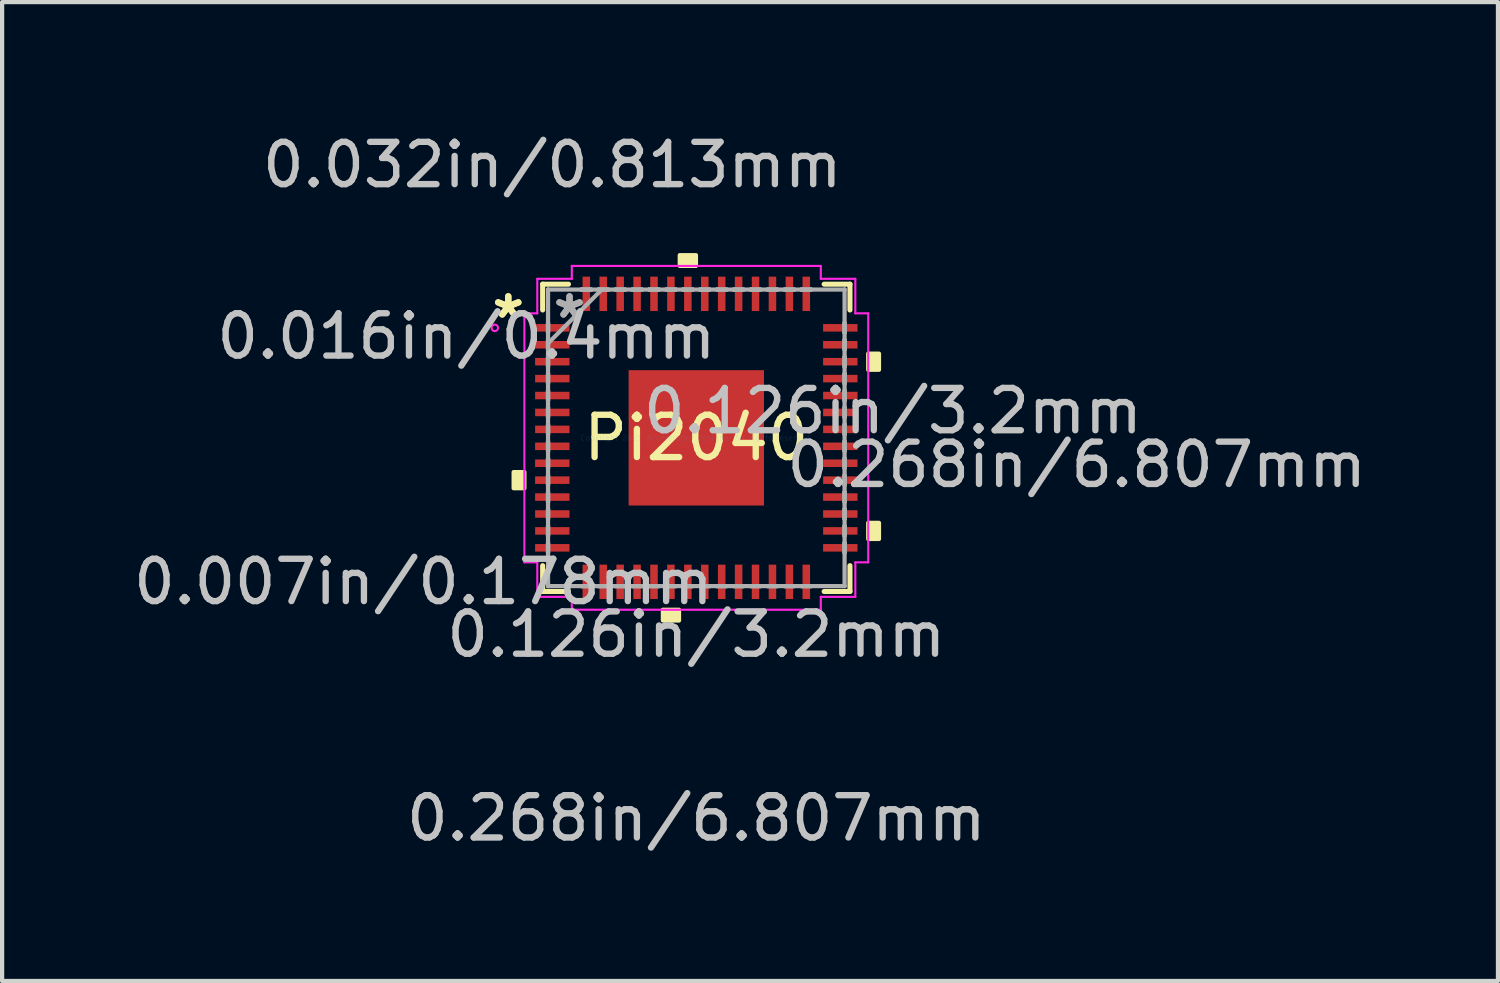
<source format=kicad_pcb>
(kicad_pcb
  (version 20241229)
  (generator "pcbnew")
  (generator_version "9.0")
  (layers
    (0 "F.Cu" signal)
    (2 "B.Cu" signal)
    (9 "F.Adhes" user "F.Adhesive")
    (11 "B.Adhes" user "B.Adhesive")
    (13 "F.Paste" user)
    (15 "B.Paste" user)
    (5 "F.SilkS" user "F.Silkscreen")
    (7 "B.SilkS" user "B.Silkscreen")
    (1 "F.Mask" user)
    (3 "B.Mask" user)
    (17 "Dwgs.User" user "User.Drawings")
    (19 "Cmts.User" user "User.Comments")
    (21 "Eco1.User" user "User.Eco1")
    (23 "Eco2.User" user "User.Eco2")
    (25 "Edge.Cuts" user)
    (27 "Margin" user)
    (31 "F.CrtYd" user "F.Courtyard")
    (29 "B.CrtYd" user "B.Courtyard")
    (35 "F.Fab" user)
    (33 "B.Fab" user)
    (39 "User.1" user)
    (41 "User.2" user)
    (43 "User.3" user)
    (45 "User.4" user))
  (footprint "Pi2040"
    (layer "F.Cu")
    (at 13.41 7.3)
    (property "Reference" "Pi2040" (at 0 0 0) (layer "F.SilkS") (effects (font (size 1 1) (thickness 0.15))))
    (attr through_hole)
    (fp_line (start -3.632 -3.632) (end -3.632 -3.022) (stroke (width 0.12) (type solid)) (layer "F.SilkS"))
    (fp_line (start -3.632 3.022) (end -3.632 3.632) (stroke (width 0.12) (type solid)) (layer "F.SilkS"))
    (fp_line (start -3.632 3.632) (end -3.022 3.632) (stroke (width 0.12) (type solid)) (layer "F.SilkS"))
    (fp_line (start -3.022 -3.632) (end -3.632 -3.632) (stroke (width 0.12) (type solid)) (layer "F.SilkS"))
    (fp_line (start 3.022 3.632) (end 3.632 3.632) (stroke (width 0.12) (type solid)) (layer "F.SilkS"))
    (fp_line (start 3.632 -3.632) (end 3.022 -3.632) (stroke (width 0.12) (type solid)) (layer "F.SilkS"))
    (fp_line (start 3.632 -3.022) (end 3.632 -3.632) (stroke (width 0.12) (type solid)) (layer "F.SilkS"))
    (fp_line (start 3.632 3.632) (end 3.632 3.022) (stroke (width 0.12) (type solid)) (layer "F.SilkS"))
    (fp_poly (pts (xy -4.318 0.81) (xy -4.318 1.191) (xy -4.064 1.191) (xy -4.064 0.81)) (stroke (width 0.1) (type solid)) (fill yes) (layer "F.SilkS"))
    (fp_poly (pts (xy -0.79 4.064) (xy -0.79 4.318) (xy -0.409 4.318) (xy -0.409 4.064)) (stroke (width 0.1) (type solid)) (fill yes) (layer "F.SilkS"))
    (fp_poly (pts (xy -0.391 -4.064) (xy -0.391 -4.318) (xy -0.009 -4.318) (xy -0.009 -4.064)) (stroke (width 0.1) (type solid)) (fill yes) (layer "F.SilkS"))
    (fp_poly (pts (xy 4.318 -1.99) (xy 4.318 -1.609) (xy 4.064 -1.609) (xy 4.064 -1.99)) (stroke (width 0.1) (type solid)) (fill yes) (layer "F.SilkS"))
    (fp_poly (pts (xy 4.318 2.01) (xy 4.318 2.391) (xy 4.064 2.391) (xy 4.064 2.01)) (stroke (width 0.1) (type solid)) (fill yes) (layer "F.SilkS"))
    (fp_poly (pts (xy -1.5 -1.5) (xy -1.5 -0.1) (xy -0.1 -0.1) (xy -0.1 -1.5)) (stroke (width 0.1) (type solid)) (fill yes) (layer "F.Paste"))
    (fp_poly (pts (xy -1.5 0.1) (xy -1.5 1.5) (xy -0.1 1.5) (xy -0.1 0.1)) (stroke (width 0.1) (type solid)) (fill yes) (layer "F.Paste"))
    (fp_poly (pts (xy 0.1 -1.5) (xy 0.1 -0.1) (xy 1.5 -0.1) (xy 1.5 -1.5)) (stroke (width 0.1) (type solid)) (fill yes) (layer "F.Paste"))
    (fp_poly (pts (xy 0.1 0.1) (xy 0.1 1.5) (xy 1.5 1.5) (xy 1.5 0.1)) (stroke (width 0.1) (type solid)) (fill yes) (layer "F.Paste"))
    (fp_line (start -4.064 -2.943) (end -3.759 -2.943) (stroke (width 0.05) (type solid)) (layer "F.CrtYd"))
    (fp_line (start -4.064 2.943) (end -4.064 -2.943) (stroke (width 0.05) (type solid)) (layer "F.CrtYd"))
    (fp_line (start -3.759 -3.759) (end -2.943 -3.759) (stroke (width 0.05) (type solid)) (layer "F.CrtYd"))
    (fp_line (start -3.759 -2.943) (end -3.759 -3.759) (stroke (width 0.05) (type solid)) (layer "F.CrtYd"))
    (fp_line (start -3.759 2.943) (end -4.064 2.943) (stroke (width 0.05) (type solid)) (layer "F.CrtYd"))
    (fp_line (start -3.759 3.759) (end -3.759 2.943) (stroke (width 0.05) (type solid)) (layer "F.CrtYd"))
    (fp_line (start -2.943 -4.064) (end 2.943 -4.064) (stroke (width 0.05) (type solid)) (layer "F.CrtYd"))
    (fp_line (start -2.943 -3.759) (end -2.943 -4.064) (stroke (width 0.05) (type solid)) (layer "F.CrtYd"))
    (fp_line (start -2.943 3.759) (end -3.759 3.759) (stroke (width 0.05) (type solid)) (layer "F.CrtYd"))
    (fp_line (start -2.943 4.064) (end -2.943 3.759) (stroke (width 0.05) (type solid)) (layer "F.CrtYd"))
    (fp_line (start 2.943 -4.064) (end 2.943 -3.759) (stroke (width 0.05) (type solid)) (layer "F.CrtYd"))
    (fp_line (start 2.943 -3.759) (end 3.759 -3.759) (stroke (width 0.05) (type solid)) (layer "F.CrtYd"))
    (fp_line (start 2.943 3.759) (end 2.943 4.064) (stroke (width 0.05) (type solid)) (layer "F.CrtYd"))
    (fp_line (start 2.943 4.064) (end -2.943 4.064) (stroke (width 0.05) (type solid)) (layer "F.CrtYd"))
    (fp_line (start 3.759 -3.759) (end 3.759 -2.943) (stroke (width 0.05) (type solid)) (layer "F.CrtYd"))
    (fp_line (start 3.759 -2.943) (end 4.064 -2.943) (stroke (width 0.05) (type solid)) (layer "F.CrtYd"))
    (fp_line (start 3.759 2.943) (end 3.759 3.759) (stroke (width 0.05) (type solid)) (layer "F.CrtYd"))
    (fp_line (start 3.759 3.759) (end 2.943 3.759) (stroke (width 0.05) (type solid)) (layer "F.CrtYd"))
    (fp_line (start 4.064 -2.943) (end 4.064 2.943) (stroke (width 0.05) (type solid)) (layer "F.CrtYd"))
    (fp_line (start 4.064 2.943) (end 3.759 2.943) (stroke (width 0.05) (type solid)) (layer "F.CrtYd"))
    (fp_circle (center -4.763 -2.6) (end -4.686 -2.6) (stroke (width 0.05) (type solid)) (fill no) (layer "F.CrtYd"))
    (fp_line (start -3.505 -3.505) (end -3.505 -3.505) (stroke (width 0.1) (type solid)) (layer "F.Fab"))
    (fp_line (start -3.505 -3.505) (end -3.505 3.505) (stroke (width 0.1) (type solid)) (layer "F.Fab"))
    (fp_line (start -3.505 -2.714) (end -3.505 -2.714) (stroke (width 0.1) (type solid)) (layer "F.Fab"))
    (fp_line (start -3.505 -2.714) (end -3.505 -2.486) (stroke (width 0.1) (type solid)) (layer "F.Fab"))
    (fp_line (start -3.505 -2.486) (end -3.505 -2.714) (stroke (width 0.1) (type solid)) (layer "F.Fab"))
    (fp_line (start -3.505 -2.486) (end -3.505 -2.486) (stroke (width 0.1) (type solid)) (layer "F.Fab"))
    (fp_line (start -3.505 -2.314) (end -3.505 -2.314) (stroke (width 0.1) (type solid)) (layer "F.Fab"))
    (fp_line (start -3.505 -2.314) (end -3.505 -2.086) (stroke (width 0.1) (type solid)) (layer "F.Fab"))
    (fp_line (start -3.505 -2.235) (end -2.235 -3.505) (stroke (width 0.1) (type solid)) (layer "F.Fab"))
    (fp_line (start -3.505 -2.086) (end -3.505 -2.314) (stroke (width 0.1) (type solid)) (layer "F.Fab"))
    (fp_line (start -3.505 -2.086) (end -3.505 -2.086) (stroke (width 0.1) (type solid)) (layer "F.Fab"))
    (fp_line (start -3.505 -1.914) (end -3.505 -1.914) (stroke (width 0.1) (type solid)) (layer "F.Fab"))
    (fp_line (start -3.505 -1.914) (end -3.505 -1.686) (stroke (width 0.1) (type solid)) (layer "F.Fab"))
    (fp_line (start -3.505 -1.686) (end -3.505 -1.914) (stroke (width 0.1) (type solid)) (layer "F.Fab"))
    (fp_line (start -3.505 -1.686) (end -3.505 -1.686) (stroke (width 0.1) (type solid)) (layer "F.Fab"))
    (fp_line (start -3.505 -1.514) (end -3.505 -1.514) (stroke (width 0.1) (type solid)) (layer "F.Fab"))
    (fp_line (start -3.505 -1.514) (end -3.505 -1.286) (stroke (width 0.1) (type solid)) (layer "F.Fab"))
    (fp_line (start -3.505 -1.286) (end -3.505 -1.514) (stroke (width 0.1) (type solid)) (layer "F.Fab"))
    (fp_line (start -3.505 -1.286) (end -3.505 -1.286) (stroke (width 0.1) (type solid)) (layer "F.Fab"))
    (fp_line (start -3.505 -1.114) (end -3.505 -1.114) (stroke (width 0.1) (type solid)) (layer "F.Fab"))
    (fp_line (start -3.505 -1.114) (end -3.505 -0.886) (stroke (width 0.1) (type solid)) (layer "F.Fab"))
    (fp_line (start -3.505 -0.886) (end -3.505 -1.114) (stroke (width 0.1) (type solid)) (layer "F.Fab"))
    (fp_line (start -3.505 -0.886) (end -3.505 -0.886) (stroke (width 0.1) (type solid)) (layer "F.Fab"))
    (fp_line (start -3.505 -0.714) (end -3.505 -0.714) (stroke (width 0.1) (type solid)) (layer "F.Fab"))
    (fp_line (start -3.505 -0.714) (end -3.505 -0.486) (stroke (width 0.1) (type solid)) (layer "F.Fab"))
    (fp_line (start -3.505 -0.486) (end -3.505 -0.714) (stroke (width 0.1) (type solid)) (layer "F.Fab"))
    (fp_line (start -3.505 -0.486) (end -3.505 -0.486) (stroke (width 0.1) (type solid)) (layer "F.Fab"))
    (fp_line (start -3.505 -0.314) (end -3.505 -0.314) (stroke (width 0.1) (type solid)) (layer "F.Fab"))
    (fp_line (start -3.505 -0.314) (end -3.505 -0.086) (stroke (width 0.1) (type solid)) (layer "F.Fab"))
    (fp_line (start -3.505 -0.086) (end -3.505 -0.314) (stroke (width 0.1) (type solid)) (layer "F.Fab"))
    (fp_line (start -3.505 -0.086) (end -3.505 -0.086) (stroke (width 0.1) (type solid)) (layer "F.Fab"))
    (fp_line (start -3.505 0.086) (end -3.505 0.086) (stroke (width 0.1) (type solid)) (layer "F.Fab"))
    (fp_line (start -3.505 0.086) (end -3.505 0.314) (stroke (width 0.1) (type solid)) (layer "F.Fab"))
    (fp_line (start -3.505 0.314) (end -3.505 0.086) (stroke (width 0.1) (type solid)) (layer "F.Fab"))
    (fp_line (start -3.505 0.314) (end -3.505 0.314) (stroke (width 0.1) (type solid)) (layer "F.Fab"))
    (fp_line (start -3.505 0.486) (end -3.505 0.486) (stroke (width 0.1) (type solid)) (layer "F.Fab"))
    (fp_line (start -3.505 0.486) (end -3.505 0.714) (stroke (width 0.1) (type solid)) (layer "F.Fab"))
    (fp_line (start -3.505 0.714) (end -3.505 0.486) (stroke (width 0.1) (type solid)) (layer "F.Fab"))
    (fp_line (start -3.505 0.714) (end -3.505 0.714) (stroke (width 0.1) (type solid)) (layer "F.Fab"))
    (fp_line (start -3.505 0.886) (end -3.505 0.886) (stroke (width 0.1) (type solid)) (layer "F.Fab"))
    (fp_line (start -3.505 0.886) (end -3.505 1.114) (stroke (width 0.1) (type solid)) (layer "F.Fab"))
    (fp_line (start -3.505 1.114) (end -3.505 0.886) (stroke (width 0.1) (type solid)) (layer "F.Fab"))
    (fp_line (start -3.505 1.114) (end -3.505 1.114) (stroke (width 0.1) (type solid)) (layer "F.Fab"))
    (fp_line (start -3.505 1.286) (end -3.505 1.286) (stroke (width 0.1) (type solid)) (layer "F.Fab"))
    (fp_line (start -3.505 1.286) (end -3.505 1.514) (stroke (width 0.1) (type solid)) (layer "F.Fab"))
    (fp_line (start -3.505 1.514) (end -3.505 1.286) (stroke (width 0.1) (type solid)) (layer "F.Fab"))
    (fp_line (start -3.505 1.514) (end -3.505 1.514) (stroke (width 0.1) (type solid)) (layer "F.Fab"))
    (fp_line (start -3.505 1.686) (end -3.505 1.686) (stroke (width 0.1) (type solid)) (layer "F.Fab"))
    (fp_line (start -3.505 1.686) (end -3.505 1.914) (stroke (width 0.1) (type solid)) (layer "F.Fab"))
    (fp_line (start -3.505 1.914) (end -3.505 1.686) (stroke (width 0.1) (type solid)) (layer "F.Fab"))
    (fp_line (start -3.505 1.914) (end -3.505 1.914) (stroke (width 0.1) (type solid)) (layer "F.Fab"))
    (fp_line (start -3.505 2.086) (end -3.505 2.086) (stroke (width 0.1) (type solid)) (layer "F.Fab"))
    (fp_line (start -3.505 2.086) (end -3.505 2.314) (stroke (width 0.1) (type solid)) (layer "F.Fab"))
    (fp_line (start -3.505 2.314) (end -3.505 2.086) (stroke (width 0.1) (type solid)) (layer "F.Fab"))
    (fp_line (start -3.505 2.314) (end -3.505 2.314) (stroke (width 0.1) (type solid)) (layer "F.Fab"))
    (fp_line (start -3.505 2.486) (end -3.505 2.486) (stroke (width 0.1) (type solid)) (layer "F.Fab"))
    (fp_line (start -3.505 2.486) (end -3.505 2.714) (stroke (width 0.1) (type solid)) (layer "F.Fab"))
    (fp_line (start -3.505 2.714) (end -3.505 2.486) (stroke (width 0.1) (type solid)) (layer "F.Fab"))
    (fp_line (start -3.505 2.714) (end -3.505 2.714) (stroke (width 0.1) (type solid)) (layer "F.Fab"))
    (fp_line (start -3.505 3.505) (end -3.505 3.505) (stroke (width 0.1) (type solid)) (layer "F.Fab"))
    (fp_line (start -3.505 3.505) (end 3.505 3.505) (stroke (width 0.1) (type solid)) (layer "F.Fab"))
    (fp_line (start -2.714 -3.505) (end -2.714 -3.505) (stroke (width 0.1) (type solid)) (layer "F.Fab"))
    (fp_line (start -2.714 -3.505) (end -2.486 -3.505) (stroke (width 0.1) (type solid)) (layer "F.Fab"))
    (fp_line (start -2.714 3.505) (end -2.714 3.505) (stroke (width 0.1) (type solid)) (layer "F.Fab"))
    (fp_line (start -2.714 3.505) (end -2.486 3.505) (stroke (width 0.1) (type solid)) (layer "F.Fab"))
    (fp_line (start -2.486 -3.505) (end -2.714 -3.505) (stroke (width 0.1) (type solid)) (layer "F.Fab"))
    (fp_line (start -2.486 -3.505) (end -2.486 -3.505) (stroke (width 0.1) (type solid)) (layer "F.Fab"))
    (fp_line (start -2.486 3.505) (end -2.714 3.505) (stroke (width 0.1) (type solid)) (layer "F.Fab"))
    (fp_line (start -2.486 3.505) (end -2.486 3.505) (stroke (width 0.1) (type solid)) (layer "F.Fab"))
    (fp_line (start -2.314 -3.505) (end -2.314 -3.505) (stroke (width 0.1) (type solid)) (layer "F.Fab"))
    (fp_line (start -2.314 -3.505) (end -2.086 -3.505) (stroke (width 0.1) (type solid)) (layer "F.Fab"))
    (fp_line (start -2.314 3.505) (end -2.314 3.505) (stroke (width 0.1) (type solid)) (layer "F.Fab"))
    (fp_line (start -2.314 3.505) (end -2.086 3.505) (stroke (width 0.1) (type solid)) (layer "F.Fab"))
    (fp_line (start -2.086 -3.505) (end -2.314 -3.505) (stroke (width 0.1) (type solid)) (layer "F.Fab"))
    (fp_line (start -2.086 -3.505) (end -2.086 -3.505) (stroke (width 0.1) (type solid)) (layer "F.Fab"))
    (fp_line (start -2.086 3.505) (end -2.314 3.505) (stroke (width 0.1) (type solid)) (layer "F.Fab"))
    (fp_line (start -2.086 3.505) (end -2.086 3.505) (stroke (width 0.1) (type solid)) (layer "F.Fab"))
    (fp_line (start -1.914 -3.505) (end -1.914 -3.505) (stroke (width 0.1) (type solid)) (layer "F.Fab"))
    (fp_line (start -1.914 -3.505) (end -1.686 -3.505) (stroke (width 0.1) (type solid)) (layer "F.Fab"))
    (fp_line (start -1.914 3.505) (end -1.914 3.505) (stroke (width 0.1) (type solid)) (layer "F.Fab"))
    (fp_line (start -1.914 3.505) (end -1.686 3.505) (stroke (width 0.1) (type solid)) (layer "F.Fab"))
    (fp_line (start -1.686 -3.505) (end -1.914 -3.505) (stroke (width 0.1) (type solid)) (layer "F.Fab"))
    (fp_line (start -1.686 -3.505) (end -1.686 -3.505) (stroke (width 0.1) (type solid)) (layer "F.Fab"))
    (fp_line (start -1.686 3.505) (end -1.914 3.505) (stroke (width 0.1) (type solid)) (layer "F.Fab"))
    (fp_line (start -1.686 3.505) (end -1.686 3.505) (stroke (width 0.1) (type solid)) (layer "F.Fab"))
    (fp_line (start -1.514 -3.505) (end -1.514 -3.505) (stroke (width 0.1) (type solid)) (layer "F.Fab"))
    (fp_line (start -1.514 -3.505) (end -1.286 -3.505) (stroke (width 0.1) (type solid)) (layer "F.Fab"))
    (fp_line (start -1.514 3.505) (end -1.514 3.505) (stroke (width 0.1) (type solid)) (layer "F.Fab"))
    (fp_line (start -1.514 3.505) (end -1.286 3.505) (stroke (width 0.1) (type solid)) (layer "F.Fab"))
    (fp_line (start -1.286 -3.505) (end -1.514 -3.505) (stroke (width 0.1) (type solid)) (layer "F.Fab"))
    (fp_line (start -1.286 -3.505) (end -1.286 -3.505) (stroke (width 0.1) (type solid)) (layer "F.Fab"))
    (fp_line (start -1.286 3.505) (end -1.514 3.505) (stroke (width 0.1) (type solid)) (layer "F.Fab"))
    (fp_line (start -1.286 3.505) (end -1.286 3.505) (stroke (width 0.1) (type solid)) (layer "F.Fab"))
    (fp_line (start -1.114 -3.505) (end -1.114 -3.505) (stroke (width 0.1) (type solid)) (layer "F.Fab"))
    (fp_line (start -1.114 -3.505) (end -0.886 -3.505) (stroke (width 0.1) (type solid)) (layer "F.Fab"))
    (fp_line (start -1.114 3.505) (end -1.114 3.505) (stroke (width 0.1) (type solid)) (layer "F.Fab"))
    (fp_line (start -1.114 3.505) (end -0.886 3.505) (stroke (width 0.1) (type solid)) (layer "F.Fab"))
    (fp_line (start -0.886 -3.505) (end -1.114 -3.505) (stroke (width 0.1) (type solid)) (layer "F.Fab"))
    (fp_line (start -0.886 -3.505) (end -0.886 -3.505) (stroke (width 0.1) (type solid)) (layer "F.Fab"))
    (fp_line (start -0.886 3.505) (end -1.114 3.505) (stroke (width 0.1) (type solid)) (layer "F.Fab"))
    (fp_line (start -0.886 3.505) (end -0.886 3.505) (stroke (width 0.1) (type solid)) (layer "F.Fab"))
    (fp_line (start -0.714 -3.505) (end -0.714 -3.505) (stroke (width 0.1) (type solid)) (layer "F.Fab"))
    (fp_line (start -0.714 -3.505) (end -0.486 -3.505) (stroke (width 0.1) (type solid)) (layer "F.Fab"))
    (fp_line (start -0.714 3.505) (end -0.714 3.505) (stroke (width 0.1) (type solid)) (layer "F.Fab"))
    (fp_line (start -0.714 3.505) (end -0.486 3.505) (stroke (width 0.1) (type solid)) (layer "F.Fab"))
    (fp_line (start -0.486 -3.505) (end -0.714 -3.505) (stroke (width 0.1) (type solid)) (layer "F.Fab"))
    (fp_line (start -0.486 -3.505) (end -0.486 -3.505) (stroke (width 0.1) (type solid)) (layer "F.Fab"))
    (fp_line (start -0.486 3.505) (end -0.714 3.505) (stroke (width 0.1) (type solid)) (layer "F.Fab"))
    (fp_line (start -0.486 3.505) (end -0.486 3.505) (stroke (width 0.1) (type solid)) (layer "F.Fab"))
    (fp_line (start -0.314 -3.505) (end -0.314 -3.505) (stroke (width 0.1) (type solid)) (layer "F.Fab"))
    (fp_line (start -0.314 -3.505) (end -0.086 -3.505) (stroke (width 0.1) (type solid)) (layer "F.Fab"))
    (fp_line (start -0.314 3.505) (end -0.314 3.505) (stroke (width 0.1) (type solid)) (layer "F.Fab"))
    (fp_line (start -0.314 3.505) (end -0.086 3.505) (stroke (width 0.1) (type solid)) (layer "F.Fab"))
    (fp_line (start -0.086 -3.505) (end -0.314 -3.505) (stroke (width 0.1) (type solid)) (layer "F.Fab"))
    (fp_line (start -0.086 -3.505) (end -0.086 -3.505) (stroke (width 0.1) (type solid)) (layer "F.Fab"))
    (fp_line (start -0.086 3.505) (end -0.314 3.505) (stroke (width 0.1) (type solid)) (layer "F.Fab"))
    (fp_line (start -0.086 3.505) (end -0.086 3.505) (stroke (width 0.1) (type solid)) (layer "F.Fab"))
    (fp_line (start 0.086 -3.505) (end 0.086 -3.505) (stroke (width 0.1) (type solid)) (layer "F.Fab"))
    (fp_line (start 0.086 -3.505) (end 0.314 -3.505) (stroke (width 0.1) (type solid)) (layer "F.Fab"))
    (fp_line (start 0.086 3.505) (end 0.086 3.505) (stroke (width 0.1) (type solid)) (layer "F.Fab"))
    (fp_line (start 0.086 3.505) (end 0.314 3.505) (stroke (width 0.1) (type solid)) (layer "F.Fab"))
    (fp_line (start 0.314 -3.505) (end 0.086 -3.505) (stroke (width 0.1) (type solid)) (layer "F.Fab"))
    (fp_line (start 0.314 -3.505) (end 0.314 -3.505) (stroke (width 0.1) (type solid)) (layer "F.Fab"))
    (fp_line (start 0.314 3.505) (end 0.086 3.505) (stroke (width 0.1) (type solid)) (layer "F.Fab"))
    (fp_line (start 0.314 3.505) (end 0.314 3.505) (stroke (width 0.1) (type solid)) (layer "F.Fab"))
    (fp_line (start 0.486 -3.505) (end 0.486 -3.505) (stroke (width 0.1) (type solid)) (layer "F.Fab"))
    (fp_line (start 0.486 -3.505) (end 0.714 -3.505) (stroke (width 0.1) (type solid)) (layer "F.Fab"))
    (fp_line (start 0.486 3.505) (end 0.486 3.505) (stroke (width 0.1) (type solid)) (layer "F.Fab"))
    (fp_line (start 0.486 3.505) (end 0.714 3.505) (stroke (width 0.1) (type solid)) (layer "F.Fab"))
    (fp_line (start 0.714 -3.505) (end 0.486 -3.505) (stroke (width 0.1) (type solid)) (layer "F.Fab"))
    (fp_line (start 0.714 -3.505) (end 0.714 -3.505) (stroke (width 0.1) (type solid)) (layer "F.Fab"))
    (fp_line (start 0.714 3.505) (end 0.486 3.505) (stroke (width 0.1) (type solid)) (layer "F.Fab"))
    (fp_line (start 0.714 3.505) (end 0.714 3.505) (stroke (width 0.1) (type solid)) (layer "F.Fab"))
    (fp_line (start 0.886 -3.505) (end 0.886 -3.505) (stroke (width 0.1) (type solid)) (layer "F.Fab"))
    (fp_line (start 0.886 -3.505) (end 1.114 -3.505) (stroke (width 0.1) (type solid)) (layer "F.Fab"))
    (fp_line (start 0.886 3.505) (end 0.886 3.505) (stroke (width 0.1) (type solid)) (layer "F.Fab"))
    (fp_line (start 0.886 3.505) (end 1.114 3.505) (stroke (width 0.1) (type solid)) (layer "F.Fab"))
    (fp_line (start 1.114 -3.505) (end 0.886 -3.505) (stroke (width 0.1) (type solid)) (layer "F.Fab"))
    (fp_line (start 1.114 -3.505) (end 1.114 -3.505) (stroke (width 0.1) (type solid)) (layer "F.Fab"))
    (fp_line (start 1.114 3.505) (end 0.886 3.505) (stroke (width 0.1) (type solid)) (layer "F.Fab"))
    (fp_line (start 1.114 3.505) (end 1.114 3.505) (stroke (width 0.1) (type solid)) (layer "F.Fab"))
    (fp_line (start 1.286 -3.505) (end 1.286 -3.505) (stroke (width 0.1) (type solid)) (layer "F.Fab"))
    (fp_line (start 1.286 -3.505) (end 1.514 -3.505) (stroke (width 0.1) (type solid)) (layer "F.Fab"))
    (fp_line (start 1.286 3.505) (end 1.286 3.505) (stroke (width 0.1) (type solid)) (layer "F.Fab"))
    (fp_line (start 1.286 3.505) (end 1.514 3.505) (stroke (width 0.1) (type solid)) (layer "F.Fab"))
    (fp_line (start 1.514 -3.505) (end 1.286 -3.505) (stroke (width 0.1) (type solid)) (layer "F.Fab"))
    (fp_line (start 1.514 -3.505) (end 1.514 -3.505) (stroke (width 0.1) (type solid)) (layer "F.Fab"))
    (fp_line (start 1.514 3.505) (end 1.286 3.505) (stroke (width 0.1) (type solid)) (layer "F.Fab"))
    (fp_line (start 1.514 3.505) (end 1.514 3.505) (stroke (width 0.1) (type solid)) (layer "F.Fab"))
    (fp_line (start 1.686 -3.505) (end 1.686 -3.505) (stroke (width 0.1) (type solid)) (layer "F.Fab"))
    (fp_line (start 1.686 -3.505) (end 1.914 -3.505) (stroke (width 0.1) (type solid)) (layer "F.Fab"))
    (fp_line (start 1.686 3.505) (end 1.686 3.505) (stroke (width 0.1) (type solid)) (layer "F.Fab"))
    (fp_line (start 1.686 3.505) (end 1.914 3.505) (stroke (width 0.1) (type solid)) (layer "F.Fab"))
    (fp_line (start 1.914 -3.505) (end 1.686 -3.505) (stroke (width 0.1) (type solid)) (layer "F.Fab"))
    (fp_line (start 1.914 -3.505) (end 1.914 -3.505) (stroke (width 0.1) (type solid)) (layer "F.Fab"))
    (fp_line (start 1.914 3.505) (end 1.686 3.505) (stroke (width 0.1) (type solid)) (layer "F.Fab"))
    (fp_line (start 1.914 3.505) (end 1.914 3.505) (stroke (width 0.1) (type solid)) (layer "F.Fab"))
    (fp_line (start 2.086 -3.505) (end 2.086 -3.505) (stroke (width 0.1) (type solid)) (layer "F.Fab"))
    (fp_line (start 2.086 -3.505) (end 2.314 -3.505) (stroke (width 0.1) (type solid)) (layer "F.Fab"))
    (fp_line (start 2.086 3.505) (end 2.086 3.505) (stroke (width 0.1) (type solid)) (layer "F.Fab"))
    (fp_line (start 2.086 3.505) (end 2.314 3.505) (stroke (width 0.1) (type solid)) (layer "F.Fab"))
    (fp_line (start 2.314 -3.505) (end 2.086 -3.505) (stroke (width 0.1) (type solid)) (layer "F.Fab"))
    (fp_line (start 2.314 -3.505) (end 2.314 -3.505) (stroke (width 0.1) (type solid)) (layer "F.Fab"))
    (fp_line (start 2.314 3.505) (end 2.086 3.505) (stroke (width 0.1) (type solid)) (layer "F.Fab"))
    (fp_line (start 2.314 3.505) (end 2.314 3.505) (stroke (width 0.1) (type solid)) (layer "F.Fab"))
    (fp_line (start 2.486 -3.505) (end 2.486 -3.505) (stroke (width 0.1) (type solid)) (layer "F.Fab"))
    (fp_line (start 2.486 -3.505) (end 2.714 -3.505) (stroke (width 0.1) (type solid)) (layer "F.Fab"))
    (fp_line (start 2.486 3.505) (end 2.486 3.505) (stroke (width 0.1) (type solid)) (layer "F.Fab"))
    (fp_line (start 2.486 3.505) (end 2.714 3.505) (stroke (width 0.1) (type solid)) (layer "F.Fab"))
    (fp_line (start 2.714 -3.505) (end 2.486 -3.505) (stroke (width 0.1) (type solid)) (layer "F.Fab"))
    (fp_line (start 2.714 -3.505) (end 2.714 -3.505) (stroke (width 0.1) (type solid)) (layer "F.Fab"))
    (fp_line (start 2.714 3.505) (end 2.486 3.505) (stroke (width 0.1) (type solid)) (layer "F.Fab"))
    (fp_line (start 2.714 3.505) (end 2.714 3.505) (stroke (width 0.1) (type solid)) (layer "F.Fab"))
    (fp_line (start 3.505 -3.505) (end -3.505 -3.505) (stroke (width 0.1) (type solid)) (layer "F.Fab"))
    (fp_line (start 3.505 -3.505) (end 3.505 -3.505) (stroke (width 0.1) (type solid)) (layer "F.Fab"))
    (fp_line (start 3.505 -2.714) (end 3.505 -2.714) (stroke (width 0.1) (type solid)) (layer "F.Fab"))
    (fp_line (start 3.505 -2.714) (end 3.505 -2.486) (stroke (width 0.1) (type solid)) (layer "F.Fab"))
    (fp_line (start 3.505 -2.486) (end 3.505 -2.714) (stroke (width 0.1) (type solid)) (layer "F.Fab"))
    (fp_line (start 3.505 -2.486) (end 3.505 -2.486) (stroke (width 0.1) (type solid)) (layer "F.Fab"))
    (fp_line (start 3.505 -2.314) (end 3.505 -2.314) (stroke (width 0.1) (type solid)) (layer "F.Fab"))
    (fp_line (start 3.505 -2.314) (end 3.505 -2.086) (stroke (width 0.1) (type solid)) (layer "F.Fab"))
    (fp_line (start 3.505 -2.086) (end 3.505 -2.314) (stroke (width 0.1) (type solid)) (layer "F.Fab"))
    (fp_line (start 3.505 -2.086) (end 3.505 -2.086) (stroke (width 0.1) (type solid)) (layer "F.Fab"))
    (fp_line (start 3.505 -1.914) (end 3.505 -1.914) (stroke (width 0.1) (type solid)) (layer "F.Fab"))
    (fp_line (start 3.505 -1.914) (end 3.505 -1.686) (stroke (width 0.1) (type solid)) (layer "F.Fab"))
    (fp_line (start 3.505 -1.686) (end 3.505 -1.914) (stroke (width 0.1) (type solid)) (layer "F.Fab"))
    (fp_line (start 3.505 -1.686) (end 3.505 -1.686) (stroke (width 0.1) (type solid)) (layer "F.Fab"))
    (fp_line (start 3.505 -1.514) (end 3.505 -1.514) (stroke (width 0.1) (type solid)) (layer "F.Fab"))
    (fp_line (start 3.505 -1.514) (end 3.505 -1.286) (stroke (width 0.1) (type solid)) (layer "F.Fab"))
    (fp_line (start 3.505 -1.286) (end 3.505 -1.514) (stroke (width 0.1) (type solid)) (layer "F.Fab"))
    (fp_line (start 3.505 -1.286) (end 3.505 -1.286) (stroke (width 0.1) (type solid)) (layer "F.Fab"))
    (fp_line (start 3.505 -1.114) (end 3.505 -1.114) (stroke (width 0.1) (type solid)) (layer "F.Fab"))
    (fp_line (start 3.505 -1.114) (end 3.505 -0.886) (stroke (width 0.1) (type solid)) (layer "F.Fab"))
    (fp_line (start 3.505 -0.886) (end 3.505 -1.114) (stroke (width 0.1) (type solid)) (layer "F.Fab"))
    (fp_line (start 3.505 -0.886) (end 3.505 -0.886) (stroke (width 0.1) (type solid)) (layer "F.Fab"))
    (fp_line (start 3.505 -0.714) (end 3.505 -0.714) (stroke (width 0.1) (type solid)) (layer "F.Fab"))
    (fp_line (start 3.505 -0.714) (end 3.505 -0.486) (stroke (width 0.1) (type solid)) (layer "F.Fab"))
    (fp_line (start 3.505 -0.486) (end 3.505 -0.714) (stroke (width 0.1) (type solid)) (layer "F.Fab"))
    (fp_line (start 3.505 -0.486) (end 3.505 -0.486) (stroke (width 0.1) (type solid)) (layer "F.Fab"))
    (fp_line (start 3.505 -0.314) (end 3.505 -0.314) (stroke (width 0.1) (type solid)) (layer "F.Fab"))
    (fp_line (start 3.505 -0.314) (end 3.505 -0.086) (stroke (width 0.1) (type solid)) (layer "F.Fab"))
    (fp_line (start 3.505 -0.086) (end 3.505 -0.314) (stroke (width 0.1) (type solid)) (layer "F.Fab"))
    (fp_line (start 3.505 -0.086) (end 3.505 -0.086) (stroke (width 0.1) (type solid)) (layer "F.Fab"))
    (fp_line (start 3.505 0.086) (end 3.505 0.086) (stroke (width 0.1) (type solid)) (layer "F.Fab"))
    (fp_line (start 3.505 0.086) (end 3.505 0.314) (stroke (width 0.1) (type solid)) (layer "F.Fab"))
    (fp_line (start 3.505 0.314) (end 3.505 0.086) (stroke (width 0.1) (type solid)) (layer "F.Fab"))
    (fp_line (start 3.505 0.314) (end 3.505 0.314) (stroke (width 0.1) (type solid)) (layer "F.Fab"))
    (fp_line (start 3.505 0.486) (end 3.505 0.486) (stroke (width 0.1) (type solid)) (layer "F.Fab"))
    (fp_line (start 3.505 0.486) (end 3.505 0.714) (stroke (width 0.1) (type solid)) (layer "F.Fab"))
    (fp_line (start 3.505 0.714) (end 3.505 0.486) (stroke (width 0.1) (type solid)) (layer "F.Fab"))
    (fp_line (start 3.505 0.714) (end 3.505 0.714) (stroke (width 0.1) (type solid)) (layer "F.Fab"))
    (fp_line (start 3.505 0.886) (end 3.505 0.886) (stroke (width 0.1) (type solid)) (layer "F.Fab"))
    (fp_line (start 3.505 0.886) (end 3.505 1.114) (stroke (width 0.1) (type solid)) (layer "F.Fab"))
    (fp_line (start 3.505 1.114) (end 3.505 0.886) (stroke (width 0.1) (type solid)) (layer "F.Fab"))
    (fp_line (start 3.505 1.114) (end 3.505 1.114) (stroke (width 0.1) (type solid)) (layer "F.Fab"))
    (fp_line (start 3.505 1.286) (end 3.505 1.286) (stroke (width 0.1) (type solid)) (layer "F.Fab"))
    (fp_line (start 3.505 1.286) (end 3.505 1.514) (stroke (width 0.1) (type solid)) (layer "F.Fab"))
    (fp_line (start 3.505 1.514) (end 3.505 1.286) (stroke (width 0.1) (type solid)) (layer "F.Fab"))
    (fp_line (start 3.505 1.514) (end 3.505 1.514) (stroke (width 0.1) (type solid)) (layer "F.Fab"))
    (fp_line (start 3.505 1.686) (end 3.505 1.686) (stroke (width 0.1) (type solid)) (layer "F.Fab"))
    (fp_line (start 3.505 1.686) (end 3.505 1.914) (stroke (width 0.1) (type solid)) (layer "F.Fab"))
    (fp_line (start 3.505 1.914) (end 3.505 1.686) (stroke (width 0.1) (type solid)) (layer "F.Fab"))
    (fp_line (start 3.505 1.914) (end 3.505 1.914) (stroke (width 0.1) (type solid)) (layer "F.Fab"))
    (fp_line (start 3.505 2.086) (end 3.505 2.086) (stroke (width 0.1) (type solid)) (layer "F.Fab"))
    (fp_line (start 3.505 2.086) (end 3.505 2.314) (stroke (width 0.1) (type solid)) (layer "F.Fab"))
    (fp_line (start 3.505 2.314) (end 3.505 2.086) (stroke (width 0.1) (type solid)) (layer "F.Fab"))
    (fp_line (start 3.505 2.314) (end 3.505 2.314) (stroke (width 0.1) (type solid)) (layer "F.Fab"))
    (fp_line (start 3.505 2.486) (end 3.505 2.486) (stroke (width 0.1) (type solid)) (layer "F.Fab"))
    (fp_line (start 3.505 2.486) (end 3.505 2.714) (stroke (width 0.1) (type solid)) (layer "F.Fab"))
    (fp_line (start 3.505 2.714) (end 3.505 2.486) (stroke (width 0.1) (type solid)) (layer "F.Fab"))
    (fp_line (start 3.505 2.714) (end 3.505 2.714) (stroke (width 0.1) (type solid)) (layer "F.Fab"))
    (fp_line (start 3.505 3.505) (end 3.505 -3.505) (stroke (width 0.1) (type solid)) (layer "F.Fab"))
    (fp_line (start 3.505 3.505) (end 3.505 3.505) (stroke (width 0.1) (type solid)) (layer "F.Fab"))
    (fp_text user "*" (at -4.445 -2.8 0) (layer "F.SilkS") (effects (font (size 1 1) (thickness 0.15))))
    (fp_text user "*" (at -4.445 -2.8 0) (layer "F.SilkS") (effects (font (size 1 1) (thickness 0.15))))
    (fp_text user "0.126in/3.2mm" (at 0 4.648 0) (layer "Dwgs.User") (effects (font (size 1 1) (thickness 0.15))))
    (fp_text user "0.268in/6.807mm" (at 0 8.992 0) (layer "Dwgs.User") (effects (font (size 1 1) (thickness 0.15))))
    (fp_text user "0.268in/6.807mm" (at 8.992 0.635 0) (layer "Dwgs.User") (effects (font (size 1 1) (thickness 0.15))))
    (fp_text user "0.016in/0.4mm" (at -5.436 -2.4 0) (layer "Dwgs.User") (effects (font (size 1 1) (thickness 0.15))))
    (fp_text user "0.032in/0.813mm" (at -3.404 -6.452 0) (layer "Dwgs.User") (effects (font (size 1 1) (thickness 0.15))))
    (fp_text user "0.007in/0.178mm" (at -6.452 3.404 0) (layer "Dwgs.User") (effects (font (size 1 1) (thickness 0.15))))
    (fp_text user "0.126in/3.2mm" (at 4.648 -0.635 0) (layer "Dwgs.User") (effects (font (size 1 1) (thickness 0.15))))
    (fp_text user "Copyright 2021 Accelerated Designs. All rights reserved." (at 0 0 0) (layer "Cmts.User") (effects (font (size 0.127 0.127) (thickness 0.002))))
    (fp_text user "*" (at -2.997 -2.8 0) (layer "F.Fab") (effects (font (size 1 1) (thickness 0.15))))
    (fp_text user "*" (at -2.997 -2.8 0) (layer "F.Fab") (effects (font (size 1 1) (thickness 0.15))))
    (pad "1" smd rect (at -3.404 -2.6 90) (size 0.178 0.813) (layers "F.Cu" "F.Mask" "F.Paste"))
    (pad "2" smd rect (at -3.404 -2.2 90) (size 0.178 0.813) (layers "F.Cu" "F.Mask" "F.Paste"))
    (pad "3" smd rect (at -3.404 -1.8 90) (size 0.178 0.813) (layers "F.Cu" "F.Mask" "F.Paste"))
    (pad "4" smd rect (at -3.404 -1.4 90) (size 0.178 0.813) (layers "F.Cu" "F.Mask" "F.Paste"))
    (pad "5" smd rect (at -3.404 -1 90) (size 0.178 0.813) (layers "F.Cu" "F.Mask" "F.Paste"))
    (pad "6" smd rect (at -3.404 -0.6 90) (size 0.178 0.813) (layers "F.Cu" "F.Mask" "F.Paste"))
    (pad "7" smd rect (at -3.404 -0.2 90) (size 0.178 0.813) (layers "F.Cu" "F.Mask" "F.Paste"))
    (pad "8" smd rect (at -3.404 0.2 90) (size 0.178 0.813) (layers "F.Cu" "F.Mask" "F.Paste"))
    (pad "9" smd rect (at -3.404 0.6 90) (size 0.178 0.813) (layers "F.Cu" "F.Mask" "F.Paste"))
    (pad "10" smd rect (at -3.404 1 90) (size 0.178 0.813) (layers "F.Cu" "F.Mask" "F.Paste"))
    (pad "11" smd rect (at -3.404 1.4 90) (size 0.178 0.813) (layers "F.Cu" "F.Mask" "F.Paste"))
    (pad "12" smd rect (at -3.404 1.8 90) (size 0.178 0.813) (layers "F.Cu" "F.Mask" "F.Paste"))
    (pad "13" smd rect (at -3.404 2.2 90) (size 0.178 0.813) (layers "F.Cu" "F.Mask" "F.Paste"))
    (pad "14" smd rect (at -3.404 2.6 90) (size 0.178 0.813) (layers "F.Cu" "F.Mask" "F.Paste"))
    (pad "15" smd rect (at -2.6 3.404) (size 0.178 0.813) (layers "F.Cu" "F.Mask" "F.Paste"))
    (pad "16" smd rect (at -2.2 3.404) (size 0.178 0.813) (layers "F.Cu" "F.Mask" "F.Paste"))
    (pad "17" smd rect (at -1.8 3.404) (size 0.178 0.813) (layers "F.Cu" "F.Mask" "F.Paste"))
    (pad "18" smd rect (at -1.4 3.404) (size 0.178 0.813) (layers "F.Cu" "F.Mask" "F.Paste"))
    (pad "19" smd rect (at -1 3.404) (size 0.178 0.813) (layers "F.Cu" "F.Mask" "F.Paste"))
    (pad "20" smd rect (at -0.6 3.404) (size 0.178 0.813) (layers "F.Cu" "F.Mask" "F.Paste"))
    (pad "21" smd rect (at -0.2 3.404) (size 0.178 0.813) (layers "F.Cu" "F.Mask" "F.Paste"))
    (pad "22" smd rect (at 0.2 3.404) (size 0.178 0.813) (layers "F.Cu" "F.Mask" "F.Paste"))
    (pad "23" smd rect (at 0.6 3.404) (size 0.178 0.813) (layers "F.Cu" "F.Mask" "F.Paste"))
    (pad "24" smd rect (at 1 3.404) (size 0.178 0.813) (layers "F.Cu" "F.Mask" "F.Paste"))
    (pad "25" smd rect (at 1.4 3.404) (size 0.178 0.813) (layers "F.Cu" "F.Mask" "F.Paste"))
    (pad "26" smd rect (at 1.8 3.404) (size 0.178 0.813) (layers "F.Cu" "F.Mask" "F.Paste"))
    (pad "27" smd rect (at 2.2 3.404) (size 0.178 0.813) (layers "F.Cu" "F.Mask" "F.Paste"))
    (pad "28" smd rect (at 2.6 3.404) (size 0.178 0.813) (layers "F.Cu" "F.Mask" "F.Paste"))
    (pad "29" smd rect (at 3.404 2.6 90) (size 0.178 0.813) (layers "F.Cu" "F.Mask" "F.Paste"))
    (pad "30" smd rect (at 3.404 2.2 90) (size 0.178 0.813) (layers "F.Cu" "F.Mask" "F.Paste"))
    (pad "31" smd rect (at 3.404 1.8 90) (size 0.178 0.813) (layers "F.Cu" "F.Mask" "F.Paste"))
    (pad "32" smd rect (at 3.404 1.4 90) (size 0.178 0.813) (layers "F.Cu" "F.Mask" "F.Paste"))
    (pad "33" smd rect (at 3.404 1 90) (size 0.178 0.813) (layers "F.Cu" "F.Mask" "F.Paste"))
    (pad "34" smd rect (at 3.404 0.6 90) (size 0.178 0.813) (layers "F.Cu" "F.Mask" "F.Paste"))
    (pad "35" smd rect (at 3.404 0.2 90) (size 0.178 0.813) (layers "F.Cu" "F.Mask" "F.Paste"))
    (pad "36" smd rect (at 3.404 -0.2 90) (size 0.178 0.813) (layers "F.Cu" "F.Mask" "F.Paste"))
    (pad "37" smd rect (at 3.404 -0.6 90) (size 0.178 0.813) (layers "F.Cu" "F.Mask" "F.Paste"))
    (pad "38" smd rect (at 3.404 -1 90) (size 0.178 0.813) (layers "F.Cu" "F.Mask" "F.Paste"))
    (pad "39" smd rect (at 3.404 -1.4 90) (size 0.178 0.813) (layers "F.Cu" "F.Mask" "F.Paste"))
    (pad "40" smd rect (at 3.404 -1.8 90) (size 0.178 0.813) (layers "F.Cu" "F.Mask" "F.Paste"))
    (pad "41" smd rect (at 3.404 -2.2 90) (size 0.178 0.813) (layers "F.Cu" "F.Mask" "F.Paste"))
    (pad "42" smd rect (at 3.404 -2.6 90) (size 0.178 0.813) (layers "F.Cu" "F.Mask" "F.Paste"))
    (pad "43" smd rect (at 2.6 -3.404) (size 0.178 0.813) (layers "F.Cu" "F.Mask" "F.Paste"))
    (pad "44" smd rect (at 2.2 -3.404) (size 0.178 0.813) (layers "F.Cu" "F.Mask" "F.Paste"))
    (pad "45" smd rect (at 1.8 -3.404) (size 0.178 0.813) (layers "F.Cu" "F.Mask" "F.Paste"))
    (pad "46" smd rect (at 1.4 -3.404) (size 0.178 0.813) (layers "F.Cu" "F.Mask" "F.Paste"))
    (pad "47" smd rect (at 1 -3.404) (size 0.178 0.813) (layers "F.Cu" "F.Mask" "F.Paste"))
    (pad "48" smd rect (at 0.6 -3.404) (size 0.178 0.813) (layers "F.Cu" "F.Mask" "F.Paste"))
    (pad "49" smd rect (at 0.2 -3.404) (size 0.178 0.813) (layers "F.Cu" "F.Mask" "F.Paste"))
    (pad "50" smd rect (at -0.2 -3.404) (size 0.178 0.813) (layers "F.Cu" "F.Mask" "F.Paste"))
    (pad "51" smd rect (at -0.6 -3.404) (size 0.178 0.813) (layers "F.Cu" "F.Mask" "F.Paste"))
    (pad "52" smd rect (at -1 -3.404) (size 0.178 0.813) (layers "F.Cu" "F.Mask" "F.Paste"))
    (pad "53" smd rect (at -1.4 -3.404) (size 0.178 0.813) (layers "F.Cu" "F.Mask" "F.Paste"))
    (pad "54" smd rect (at -1.8 -3.404) (size 0.178 0.813) (layers "F.Cu" "F.Mask" "F.Paste"))
    (pad "55" smd rect (at -2.2 -3.404) (size 0.178 0.813) (layers "F.Cu" "F.Mask" "F.Paste"))
    (pad "56" smd rect (at -2.6 -3.404) (size 0.178 0.813) (layers "F.Cu" "F.Mask" "F.Paste"))
    (pad "57" smd rect (at 0 0) (size 3.2 3.2) (layers "F.Cu" "F.Mask")))
  (gr_rect
    (start -3 -3)
    (end 32.36 20.14)
    (stroke (width 0.1) (type default))
    (fill no)
    (layer "Edge.Cuts")))
</source>
